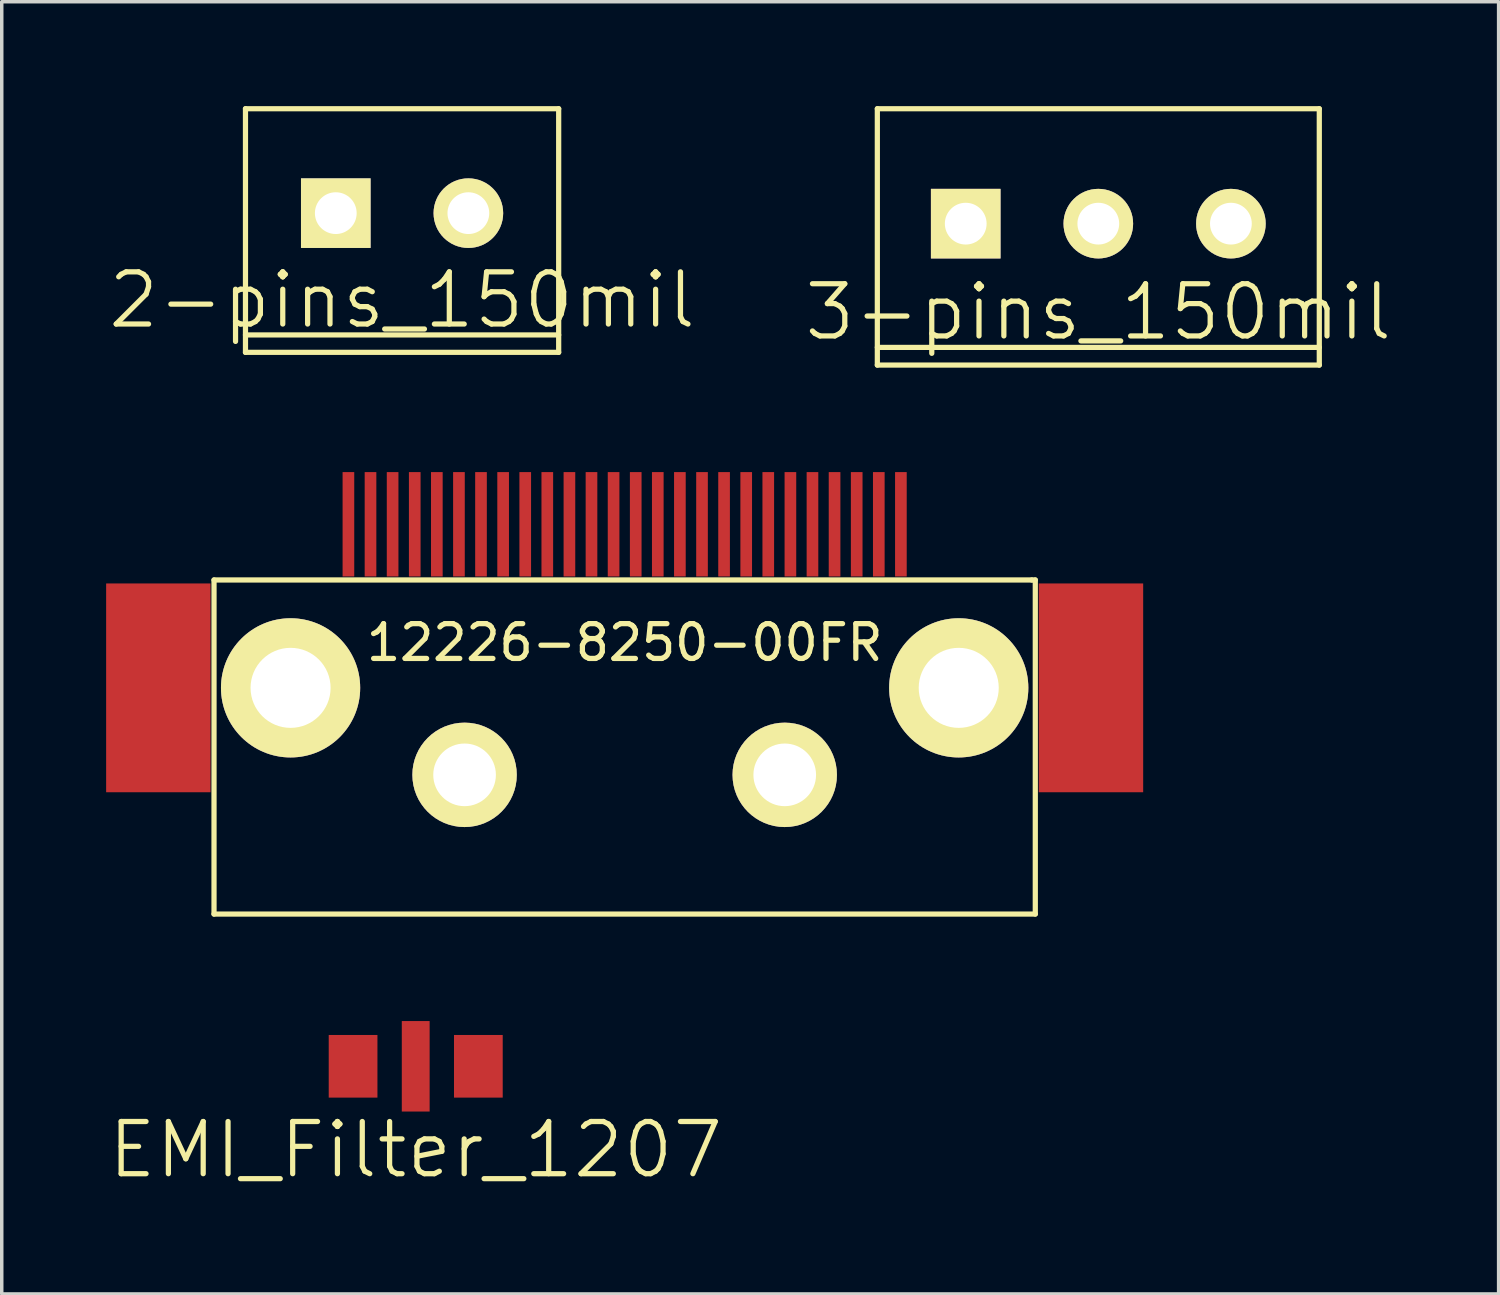
<source format=kicad_pcb>
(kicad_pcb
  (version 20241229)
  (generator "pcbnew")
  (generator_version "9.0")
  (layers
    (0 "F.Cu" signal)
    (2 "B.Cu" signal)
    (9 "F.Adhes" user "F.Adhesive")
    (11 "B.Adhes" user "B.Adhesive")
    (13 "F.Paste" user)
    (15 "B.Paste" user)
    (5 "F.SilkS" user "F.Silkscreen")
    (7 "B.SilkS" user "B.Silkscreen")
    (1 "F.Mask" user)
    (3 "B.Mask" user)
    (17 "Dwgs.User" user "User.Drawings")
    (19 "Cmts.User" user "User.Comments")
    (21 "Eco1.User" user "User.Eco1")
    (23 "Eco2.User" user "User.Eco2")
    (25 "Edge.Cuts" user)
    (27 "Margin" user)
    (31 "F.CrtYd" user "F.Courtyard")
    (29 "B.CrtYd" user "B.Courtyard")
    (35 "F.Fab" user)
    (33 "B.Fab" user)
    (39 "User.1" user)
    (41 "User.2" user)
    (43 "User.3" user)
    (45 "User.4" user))
  (footprint "EMI_Filter_1207"
    (layer "F.Cu")
    (at 8.896 27.591)
    (property "Reference" "EMI_Filter_1207" (at 0 2.4 0) (layer "F.SilkS") (effects (font (size 1.5 1.5) (thickness 0.15))))
    (attr through_hole)
    (pad "1" smd rect (at -1.8 0) (size 1.4 1.8) (layers "F.Cu" "F.Mask" "F.Paste"))
    (pad "2" smd rect (at 0 0) (size 0.8 2.6) (layers "F.Cu" "F.Mask" "F.Paste"))
    (pad "3" smd rect (at 1.8 0) (size 1.4 1.8) (layers "F.Cu" "F.Mask" "F.Paste")))
  (footprint "3-pins_150mil"
    (layer "F.Cu")
    (at 28.511 3.377)
    (property "Reference" "3-pins_150mil" (at 0 2.54 0) (layer "F.SilkS") (effects (font (size 1.5 1.5) (thickness 0.15))))
    (attr through_hole)
    (fp_line (start -6.35 -3.302) (end 6.35 -3.302) (stroke (width 0.15) (type solid)) (layer "F.SilkS"))
    (fp_line (start -6.35 3.556) (end 6.35 3.556) (stroke (width 0.15) (type solid)) (layer "F.SilkS"))
    (fp_line (start -6.35 4.064) (end -6.35 -3.302) (stroke (width 0.15) (type solid)) (layer "F.SilkS"))
    (fp_line (start 6.35 -3.302) (end 6.35 4.064) (stroke (width 0.15) (type solid)) (layer "F.SilkS"))
    (fp_line (start 6.35 4.064) (end -6.35 4.064) (stroke (width 0.15) (type solid)) (layer "F.SilkS"))
    (pad "1" thru_hole rect (at -3.81 0) (size 2 2) (drill 1.2) (layers "*.Cu" "*.Mask" "F.SilkS"))
    (pad "2" thru_hole circle (at 0 0) (size 2 2) (drill 1.2) (layers "*.Cu" "*.Mask" "F.SilkS"))
    (pad "3" thru_hole circle (at 3.81 0) (size 2 2) (drill 1.2) (layers "*.Cu" "*.Mask" "F.SilkS")))
  (footprint "12226-8250-00FR"
    (layer "F.Cu")
    (at 14.9 19.216)
    (property "Reference" "12226-8250-00FR" (at 0 -3.8 0) (layer "F.SilkS") (effects (font (size 1 1) (thickness 0.15))))
    (attr through_hole)
    (fp_line (start -11.8 -5.6) (end 11.7 -5.6) (stroke (width 0.15) (type solid)) (layer "F.SilkS"))
    (fp_line (start -11.8 4) (end -11.8 -5.6) (stroke (width 0.15) (type solid)) (layer "F.SilkS"))
    (fp_line (start 11.7 -5.6) (end 11.8 -5.6) (stroke (width 0.15) (type solid)) (layer "F.SilkS"))
    (fp_line (start 11.8 -5.6) (end 11.8 4) (stroke (width 0.15) (type solid)) (layer "F.SilkS"))
    (fp_line (start 11.8 4) (end -11.8 4) (stroke (width 0.15) (type solid)) (layer "F.SilkS"))
    (pad "1" smd rect (at 7.938 -7.2) (size 0.335 3) (layers "F.Cu" "F.Mask" "F.Paste"))
    (pad "2" smd rect (at 6.668 -7.2) (size 0.335 3) (layers "F.Cu" "F.Mask" "F.Paste"))
    (pad "3" smd rect (at 5.397 -7.2) (size 0.335 3) (layers "F.Cu" "F.Mask" "F.Paste"))
    (pad "4" smd rect (at 4.127 -7.2) (size 0.335 3) (layers "F.Cu" "F.Mask" "F.Paste"))
    (pad "5" smd rect (at 2.857 -7.2) (size 0.335 3) (layers "F.Cu" "F.Mask" "F.Paste"))
    (pad "6" smd rect (at 1.587 -7.2) (size 0.335 3) (layers "F.Cu" "F.Mask" "F.Paste"))
    (pad "7" smd rect (at 0.318 -7.2) (size 0.335 3) (layers "F.Cu" "F.Mask" "F.Paste"))
    (pad "8" smd rect (at -0.953 -7.2) (size 0.335 3) (layers "F.Cu" "F.Mask" "F.Paste"))
    (pad "9" smd rect (at -2.223 -7.2) (size 0.335 3) (layers "F.Cu" "F.Mask" "F.Paste"))
    (pad "10" smd rect (at -3.492 -7.2) (size 0.335 3) (layers "F.Cu" "F.Mask" "F.Paste"))
    (pad "11" smd rect (at -4.762 -7.2) (size 0.335 3) (layers "F.Cu" "F.Mask" "F.Paste"))
    (pad "12" smd rect (at -6.032 -7.2) (size 0.335 3) (layers "F.Cu" "F.Mask" "F.Paste"))
    (pad "13" smd rect (at -7.303 -7.2) (size 0.335 3) (layers "F.Cu" "F.Mask" "F.Paste"))
    (pad "14" smd rect (at 7.303 -7.2) (size 0.335 3) (layers "F.Cu" "F.Mask" "F.Paste"))
    (pad "15" smd rect (at 6.032 -7.2) (size 0.335 3) (layers "F.Cu" "F.Mask" "F.Paste"))
    (pad "16" smd rect (at 4.763 -7.2) (size 0.335 3) (layers "F.Cu" "F.Mask" "F.Paste"))
    (pad "17" smd rect (at 3.493 -7.2) (size 0.335 3) (layers "F.Cu" "F.Mask" "F.Paste"))
    (pad "18" smd rect (at 2.223 -7.2) (size 0.335 3) (layers "F.Cu" "F.Mask" "F.Paste"))
    (pad "19" smd rect (at 0.952 -7.2) (size 0.335 3) (layers "F.Cu" "F.Mask" "F.Paste"))
    (pad "20" smd rect (at -0.318 -7.2) (size 0.335 3) (layers "F.Cu" "F.Mask" "F.Paste"))
    (pad "21" smd rect (at -1.587 -7.2) (size 0.335 3) (layers "F.Cu" "F.Mask" "F.Paste"))
    (pad "22" smd rect (at -2.857 -7.2) (size 0.335 3) (layers "F.Cu" "F.Mask" "F.Paste"))
    (pad "23" smd rect (at -4.128 -7.2) (size 0.335 3) (layers "F.Cu" "F.Mask" "F.Paste"))
    (pad "24" smd rect (at -5.397 -7.2) (size 0.335 3) (layers "F.Cu" "F.Mask" "F.Paste"))
    (pad "25" smd rect (at -6.668 -7.2) (size 0.335 3) (layers "F.Cu" "F.Mask" "F.Paste"))
    (pad "26" smd rect (at -7.938 -7.2) (size 0.335 3) (layers "F.Cu" "F.Mask" "F.Paste"))
    (pad "27" smd rect (at 13.4 -2.5) (size 3 6) (layers "F.Cu" "F.Mask" "F.Paste"))
    (pad "28" thru_hole circle (at 9.6 -2.5) (size 4 4) (drill 2.3) (layers "*.Cu" "*.Mask" "F.SilkS"))
    (pad "29" smd rect (at -13.4 -2.5) (size 3 6) (layers "F.Cu" "F.Mask" "F.Paste"))
    (pad "30" thru_hole circle (at -9.6 -2.5) (size 4 4) (drill 2.3) (layers "*.Cu" "*.Mask" "F.SilkS"))
    (pad "31" thru_hole circle (at 4.6 0) (size 3 3) (drill 1.8) (layers "*.Cu" "*.Mask" "F.SilkS"))
    (pad "32" thru_hole circle (at -4.6 0) (size 3 3) (drill 1.8) (layers "*.Cu" "*.Mask" "F.SilkS")))
  (footprint "2-pins_150mil"
    (layer "F.Cu")
    (at 8.504 3.075)
    (property "Reference" "2-pins_150mil" (at 0 2.5 0) (layer "F.SilkS") (effects (font (size 1.5 1.5) (thickness 0.15))))
    (attr through_hole)
    (fp_line (start -4.5 -3) (end 4.5 -3) (stroke (width 0.15) (type solid)) (layer "F.SilkS"))
    (fp_line (start -4.5 3.5) (end 4.5 3.5) (stroke (width 0.15) (type solid)) (layer "F.SilkS"))
    (fp_line (start -4.5 4) (end -4.5 -3) (stroke (width 0.15) (type solid)) (layer "F.SilkS"))
    (fp_line (start 4.5 -3) (end 4.5 4) (stroke (width 0.15) (type solid)) (layer "F.SilkS"))
    (fp_line (start 4.5 4) (end -4.5 4) (stroke (width 0.15) (type solid)) (layer "F.SilkS"))
    (pad "1" thru_hole rect (at -1.905 0) (size 2 2) (drill 1.2) (layers "*.Cu" "*.Mask" "F.SilkS"))
    (pad "2" thru_hole circle (at 1.905 0) (size 2 2) (drill 1.2) (layers "*.Cu" "*.Mask" "F.SilkS")))
  (gr_rect
    (start -3 -3)
    (end 40.014 34.132)
    (stroke (width 0.1) (type default))
    (fill no)
    (layer "Edge.Cuts")))
</source>
